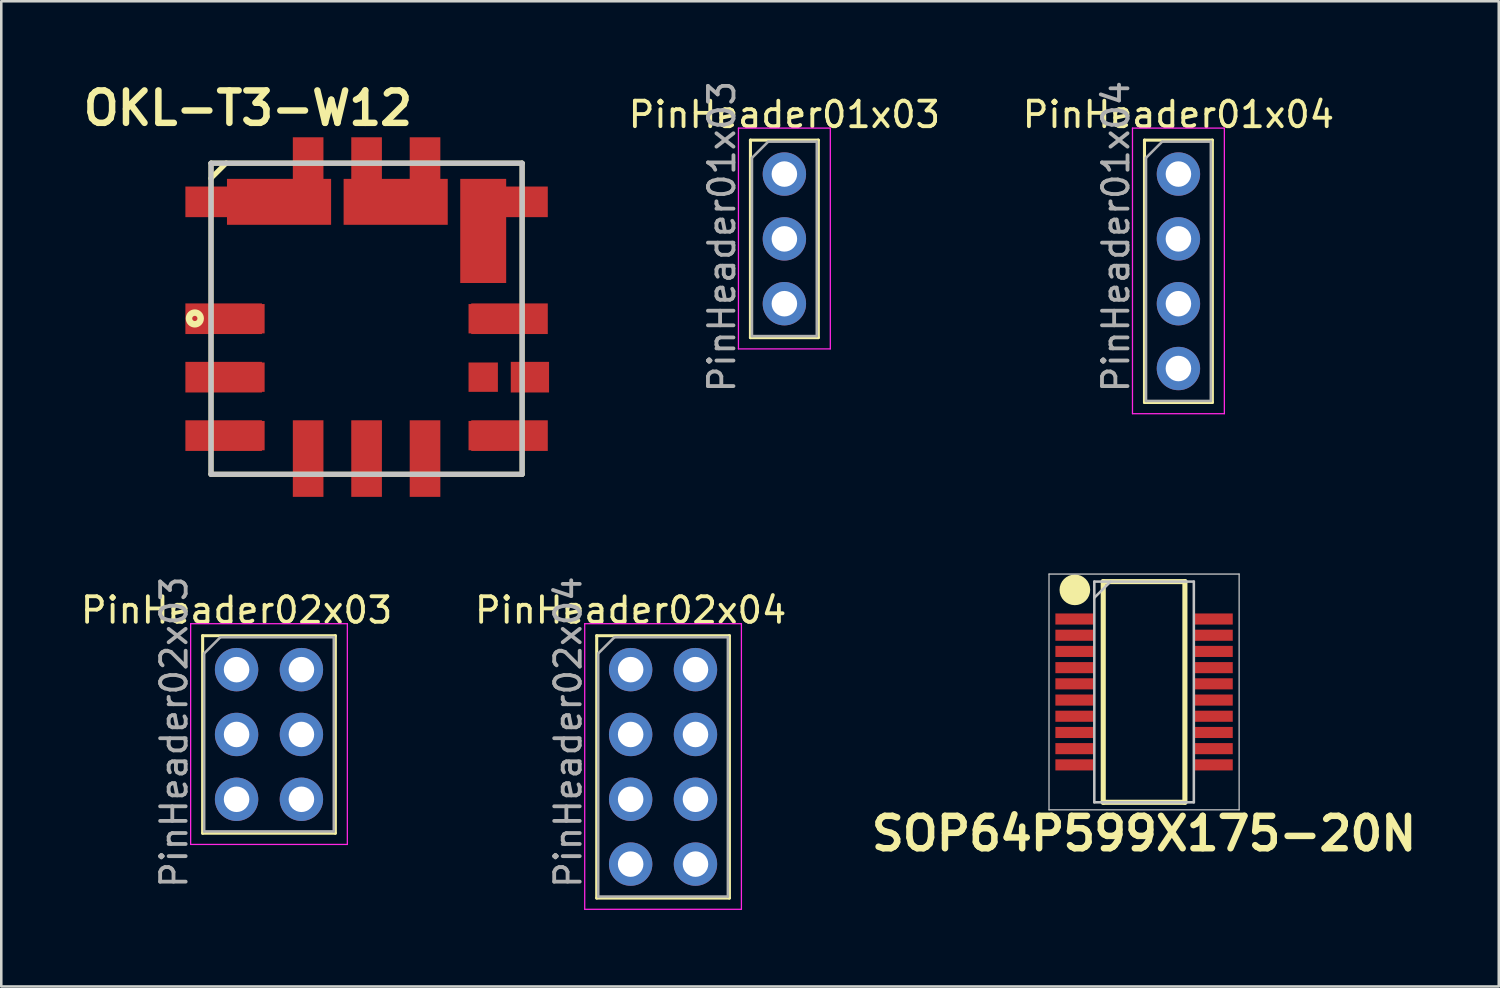
<source format=kicad_pcb>
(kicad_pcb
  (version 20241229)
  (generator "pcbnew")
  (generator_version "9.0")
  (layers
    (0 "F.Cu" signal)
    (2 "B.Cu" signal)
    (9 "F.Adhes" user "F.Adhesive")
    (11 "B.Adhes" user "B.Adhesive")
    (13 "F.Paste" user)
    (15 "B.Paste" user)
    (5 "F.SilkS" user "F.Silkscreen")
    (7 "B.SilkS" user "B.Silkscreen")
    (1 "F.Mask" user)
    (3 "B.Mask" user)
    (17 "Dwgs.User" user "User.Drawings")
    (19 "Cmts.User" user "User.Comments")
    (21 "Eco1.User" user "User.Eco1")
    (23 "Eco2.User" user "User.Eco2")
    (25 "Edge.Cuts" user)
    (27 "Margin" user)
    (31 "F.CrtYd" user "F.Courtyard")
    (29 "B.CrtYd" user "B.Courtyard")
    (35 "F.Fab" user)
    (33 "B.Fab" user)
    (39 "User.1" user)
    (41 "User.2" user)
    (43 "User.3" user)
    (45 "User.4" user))
  (footprint "PinHeader01x04"
    (layer "F.Cu")
    (at 43.125 3.77)
    (property "Reference" "PinHeader01x04" (at 0 -2.33 0) (layer "F.SilkS") (effects (font (size 1 1) (thickness 0.15))))
    (attr through_hole)
    (fp_line (start -1.33 -1.33) (end -1.33 8.95) (stroke (width 0.12) (type solid)) (layer "F.SilkS"))
    (fp_line (start -1.33 -1.33) (end 1.33 -1.33) (stroke (width 0.12) (type solid)) (layer "F.SilkS"))
    (fp_line (start -1.33 8.95) (end 1.33 8.95) (stroke (width 0.12) (type solid)) (layer "F.SilkS"))
    (fp_line (start 1.33 -1.33) (end 1.33 8.95) (stroke (width 0.12) (type solid)) (layer "F.SilkS"))
    (fp_line (start -1.8 -1.8) (end -1.8 9.39) (stroke (width 0.05) (type solid)) (layer "F.CrtYd"))
    (fp_line (start -1.8 9.39) (end 1.8 9.39) (stroke (width 0.05) (type solid)) (layer "F.CrtYd"))
    (fp_line (start 1.8 -1.8) (end -1.8 -1.8) (stroke (width 0.05) (type solid)) (layer "F.CrtYd"))
    (fp_line (start 1.8 9.39) (end 1.8 -1.8) (stroke (width 0.05) (type solid)) (layer "F.CrtYd"))
    (fp_line (start -1.27 -0.635) (end -0.635 -1.27) (stroke (width 0.1) (type solid)) (layer "F.Fab"))
    (fp_line (start -1.27 8.89) (end -1.27 -0.635) (stroke (width 0.1) (type solid)) (layer "F.Fab"))
    (fp_line (start -0.635 -1.27) (end 1.27 -1.27) (stroke (width 0.1) (type solid)) (layer "F.Fab"))
    (fp_line (start 1.27 -1.27) (end 1.27 8.89) (stroke (width 0.1) (type solid)) (layer "F.Fab"))
    (fp_line (start 1.27 8.89) (end -1.27 8.89) (stroke (width 0.1) (type solid)) (layer "F.Fab"))
    (fp_text user "${REFERENCE}" (at -2.45 2.45 90) (layer "F.Fab") (effects (font (size 1 1) (thickness 0.15))))
    (pad "1" thru_hole circle (at 0 0) (size 1.7 1.7) (drill 1) (layers "*.Cu" "*.Mask"))
    (pad "2" thru_hole oval (at 0 2.54) (size 1.7 1.7) (drill 1) (layers "*.Cu" "*.Mask"))
    (pad "3" thru_hole oval (at 0 5.08) (size 1.7 1.7) (drill 1) (layers "*.Cu" "*.Mask"))
    (pad "4" thru_hole oval (at 0 7.62) (size 1.7 1.7) (drill 1) (layers "*.Cu" "*.Mask")))
  (footprint "PinHeader02x04"
    (layer "F.Cu")
    (at 21.661 23.189)
    (property "Reference" "PinHeader02x04" (at 0 -2.33 0) (layer "F.SilkS") (effects (font (size 1 1) (thickness 0.15))))
    (attr through_hole)
    (fp_line (start -1.33 -1.33) (end -1.33 8.95) (stroke (width 0.12) (type solid)) (layer "F.SilkS"))
    (fp_line (start -1.33 -1.33) (end 3.87 -1.33) (stroke (width 0.12) (type solid)) (layer "F.SilkS"))
    (fp_line (start -1.33 8.95) (end 3.87 8.95) (stroke (width 0.12) (type solid)) (layer "F.SilkS"))
    (fp_line (start 3.87 -1.33) (end 3.87 8.95) (stroke (width 0.12) (type solid)) (layer "F.SilkS"))
    (fp_line (start -1.8 -1.8) (end -1.8 9.39) (stroke (width 0.05) (type solid)) (layer "F.CrtYd"))
    (fp_line (start -1.8 9.39) (end 4.34 9.39) (stroke (width 0.05) (type solid)) (layer "F.CrtYd"))
    (fp_line (start 4.34 -1.8) (end -1.8 -1.8) (stroke (width 0.05) (type solid)) (layer "F.CrtYd"))
    (fp_line (start 4.34 9.39) (end 4.34 -1.8) (stroke (width 0.05) (type solid)) (layer "F.CrtYd"))
    (fp_line (start -1.27 -0.635) (end -0.635 -1.27) (stroke (width 0.1) (type solid)) (layer "F.Fab"))
    (fp_line (start -1.27 8.89) (end -1.27 -0.635) (stroke (width 0.1) (type solid)) (layer "F.Fab"))
    (fp_line (start -0.635 -1.27) (end 3.81 -1.27) (stroke (width 0.1) (type solid)) (layer "F.Fab"))
    (fp_line (start 3.81 -1.27) (end 3.81 8.89) (stroke (width 0.1) (type solid)) (layer "F.Fab"))
    (fp_line (start 3.81 8.89) (end -1.27 8.89) (stroke (width 0.1) (type solid)) (layer "F.Fab"))
    (fp_text user "${REFERENCE}" (at -2.45 2.45 90) (layer "F.Fab") (effects (font (size 1 1) (thickness 0.15))))
    (pad "1" thru_hole circle (at 0 0) (size 1.7 1.7) (drill 1) (layers "*.Cu" "*.Mask"))
    (pad "2" thru_hole circle (at 2.54 0) (size 1.7 1.7) (drill 1) (layers "*.Cu" "*.Mask"))
    (pad "3" thru_hole oval (at 0 2.54) (size 1.7 1.7) (drill 1) (layers "*.Cu" "*.Mask"))
    (pad "4" thru_hole oval (at 2.54 2.54) (size 1.7 1.7) (drill 1) (layers "*.Cu" "*.Mask"))
    (pad "5" thru_hole oval (at 0 5.08) (size 1.7 1.7) (drill 1) (layers "*.Cu" "*.Mask"))
    (pad "6" thru_hole oval (at 2.54 5.08) (size 1.7 1.7) (drill 1) (layers "*.Cu" "*.Mask"))
    (pad "7" thru_hole oval (at 0 7.62) (size 1.7 1.7) (drill 1) (layers "*.Cu" "*.Mask"))
    (pad "8" thru_hole oval (at 2.54 7.62) (size 1.7 1.7) (drill 1) (layers "*.Cu" "*.Mask")))
  (footprint "PinHeader01x03"
    (layer "F.Cu")
    (at 27.685 3.77)
    (property "Reference" "PinHeader01x03" (at 0 -2.33 0) (layer "F.SilkS") (effects (font (size 1 1) (thickness 0.15))))
    (attr through_hole)
    (fp_line (start -1.33 -1.33) (end -1.33 6.41) (stroke (width 0.12) (type solid)) (layer "F.SilkS"))
    (fp_line (start -1.33 -1.33) (end 1.33 -1.33) (stroke (width 0.12) (type solid)) (layer "F.SilkS"))
    (fp_line (start -1.33 6.41) (end 1.33 6.41) (stroke (width 0.12) (type solid)) (layer "F.SilkS"))
    (fp_line (start 1.33 -1.33) (end 1.33 6.41) (stroke (width 0.12) (type solid)) (layer "F.SilkS"))
    (fp_line (start -1.8 -1.8) (end -1.8 6.85) (stroke (width 0.05) (type solid)) (layer "F.CrtYd"))
    (fp_line (start -1.8 6.85) (end 1.8 6.85) (stroke (width 0.05) (type solid)) (layer "F.CrtYd"))
    (fp_line (start 1.8 -1.8) (end -1.8 -1.8) (stroke (width 0.05) (type solid)) (layer "F.CrtYd"))
    (fp_line (start 1.8 6.85) (end 1.8 -1.8) (stroke (width 0.05) (type solid)) (layer "F.CrtYd"))
    (fp_line (start -1.27 -0.635) (end -0.635 -1.27) (stroke (width 0.1) (type solid)) (layer "F.Fab"))
    (fp_line (start -1.27 6.35) (end -1.27 -0.635) (stroke (width 0.1) (type solid)) (layer "F.Fab"))
    (fp_line (start -0.635 -1.27) (end 1.27 -1.27) (stroke (width 0.1) (type solid)) (layer "F.Fab"))
    (fp_line (start 1.27 -1.27) (end 1.27 6.35) (stroke (width 0.1) (type solid)) (layer "F.Fab"))
    (fp_line (start 1.27 6.35) (end -1.27 6.35) (stroke (width 0.1) (type solid)) (layer "F.Fab"))
    (fp_text user "${REFERENCE}" (at -2.45 2.45 90) (layer "F.Fab") (effects (font (size 1 1) (thickness 0.15))))
    (pad "1" thru_hole circle (at 0 0) (size 1.7 1.7) (drill 1) (layers "*.Cu" "*.Mask"))
    (pad "2" thru_hole oval (at 0 2.54) (size 1.7 1.7) (drill 1) (layers "*.Cu" "*.Mask"))
    (pad "3" thru_hole oval (at 0 5.08) (size 1.7 1.7) (drill 1) (layers "*.Cu" "*.Mask")))
  (footprint "OKL-T3-W12"
    (layer "F.Cu")
    (at 11.314 9.439)
    (property "Reference" "OKL-T3-W12" (at -4.65 -8.25 0) (layer "F.SilkS") (effects (font (size 1.27 1.27) (thickness 0.254))))
    (attr smd)
    (fp_line (start -6.095 -6.095) (end 6.095 -6.095) (stroke (width 0.2) (type solid)) (layer "F.SilkS"))
    (fp_line (start -6.095 6.095) (end -6.095 -6.095) (stroke (width 0.2) (type solid)) (layer "F.SilkS"))
    (fp_line (start -5.5 -6.1) (end -6.1 -5.5) (stroke (width 0.2) (type solid)) (layer "F.SilkS"))
    (fp_line (start 6.095 -6.095) (end 6.095 6.095) (stroke (width 0.2) (type solid)) (layer "F.SilkS"))
    (fp_line (start 6.095 6.095) (end -6.095 6.095) (stroke (width 0.2) (type solid)) (layer "F.SilkS"))
    (fp_circle (center -6.73 -0.011) (end -6.832 -0.011) (stroke (width 0.254) (type solid)) (fill no) (layer "F.SilkS"))
    (fp_line (start -6.095 -6.095) (end 6.095 -6.095) (stroke (width 0.2) (type solid)) (layer "Dwgs.User"))
    (fp_line (start -6.095 6.095) (end -6.095 -6.095) (stroke (width 0.2) (type solid)) (layer "Dwgs.User"))
    (fp_line (start 6.095 -6.095) (end 6.095 6.095) (stroke (width 0.2) (type solid)) (layer "Dwgs.User"))
    (fp_line (start 6.095 6.095) (end -6.095 6.095) (stroke (width 0.2) (type solid)) (layer "Dwgs.User"))
    (pad "1" smd rect (at -5.6 0) (size 3 1.2) (layers "F.Cu" "F.Mask" "F.Paste"))
    (pad "1" smd rect (at -4.57 0 90) (size 1.15 1.15) (layers "F.Cu" "F.Mask" "F.Paste"))
    (pad "2" smd rect (at -5.6 -4.58) (size 3 1.2) (layers "F.Cu" "F.Mask" "F.Paste"))
    (pad "2" smd rect (at -3.43 -4.58 90) (size 1.8 4.08) (layers "F.Cu" "F.Mask" "F.Paste"))
    (pad "2" smd rect (at -2.29 -5.61 90) (size 3 1.2) (layers "F.Cu" "F.Mask" "F.Paste"))
    (pad "3" smd rect (at 0 -5.61 90) (size 3 1.2) (layers "F.Cu" "F.Mask" "F.Paste"))
    (pad "3" smd rect (at 1.14 -4.58 90) (size 1.8 4.08) (layers "F.Cu" "F.Mask" "F.Paste"))
    (pad "3" smd rect (at 2.29 -5.61 90) (size 3 1.2) (layers "F.Cu" "F.Mask" "F.Paste"))
    (pad "4" smd rect (at 4.57 -3.44) (size 1.8 4.08) (layers "F.Cu" "F.Mask" "F.Paste"))
    (pad "4" smd rect (at 5.6 -4.58) (size 3 1.2) (layers "F.Cu" "F.Mask" "F.Paste"))
    (pad "5" smd rect (at 4.57 0 90) (size 1.15 1.15) (layers "F.Cu" "F.Mask" "F.Paste"))
    (pad "5" smd rect (at 5.6 0) (size 3 1.2) (layers "F.Cu" "F.Mask" "F.Paste"))
    (pad "6" smd rect (at 4.57 4.58 90) (size 1.15 1.15) (layers "F.Cu" "F.Mask" "F.Paste"))
    (pad "6" smd rect (at 5.6 4.58) (size 3 1.2) (layers "F.Cu" "F.Mask" "F.Paste"))
    (pad "7" smd rect (at 0 4.58 90) (size 1.15 1.15) (layers "F.Cu" "F.Mask" "F.Paste"))
    (pad "7" smd rect (at 0 5.48 90) (size 3 1.2) (layers "F.Cu" "F.Mask" "F.Paste"))
    (pad "8" smd rect (at -2.29 4.58 90) (size 1.15 1.15) (layers "F.Cu" "F.Mask" "F.Paste"))
    (pad "8" smd rect (at -2.29 5.48 90) (size 3 1.2) (layers "F.Cu" "F.Mask" "F.Paste"))
    (pad "9" smd rect (at -5.6 4.58) (size 3 1.2) (layers "F.Cu" "F.Mask" "F.Paste"))
    (pad "9" smd rect (at -4.57 4.58 90) (size 1.15 1.15) (layers "F.Cu" "F.Mask" "F.Paste"))
    (pad "10" smd rect (at -5.6 2.29) (size 3 1.2) (layers "F.Cu" "F.Mask" "F.Paste"))
    (pad "10" smd rect (at -4.57 2.29 90) (size 1.15 1.15) (layers "F.Cu" "F.Mask" "F.Paste"))
    (pad "11" smd rect (at 4.57 2.29 90) (size 1.15 1.15) (layers "F.Cu" "F.Mask" "F.Paste"))
    (pad "11" smd rect (at 6.4 2.29) (size 1.5 1.2) (layers "F.Cu" "F.Mask" "F.Paste"))
    (pad "12" smd rect (at 2.29 4.58 90) (size 1.15 1.15) (layers "F.Cu" "F.Mask" "F.Paste"))
    (pad "12" smd rect (at 2.29 5.48 90) (size 3 1.2) (layers "F.Cu" "F.Mask" "F.Paste")))
  (footprint "PinHeader02x03"
    (layer "F.Cu")
    (at 6.22 23.189)
    (property "Reference" "PinHeader02x03" (at 0 -2.33 0) (layer "F.SilkS") (effects (font (size 1 1) (thickness 0.15))))
    (attr through_hole)
    (fp_line (start -1.33 -1.33) (end -1.33 6.41) (stroke (width 0.12) (type solid)) (layer "F.SilkS"))
    (fp_line (start -1.33 -1.33) (end 3.87 -1.33) (stroke (width 0.12) (type solid)) (layer "F.SilkS"))
    (fp_line (start -1.33 6.41) (end 3.87 6.41) (stroke (width 0.12) (type solid)) (layer "F.SilkS"))
    (fp_line (start 3.87 -1.33) (end 3.87 6.41) (stroke (width 0.12) (type solid)) (layer "F.SilkS"))
    (fp_line (start -1.8 -1.8) (end -1.8 6.85) (stroke (width 0.05) (type solid)) (layer "F.CrtYd"))
    (fp_line (start -1.8 6.85) (end 4.34 6.85) (stroke (width 0.05) (type solid)) (layer "F.CrtYd"))
    (fp_line (start 4.34 -1.8) (end -1.8 -1.8) (stroke (width 0.05) (type solid)) (layer "F.CrtYd"))
    (fp_line (start 4.34 6.85) (end 4.34 -1.8) (stroke (width 0.05) (type solid)) (layer "F.CrtYd"))
    (fp_line (start -1.27 -0.635) (end -0.635 -1.27) (stroke (width 0.1) (type solid)) (layer "F.Fab"))
    (fp_line (start -1.27 6.34) (end -1.27 -0.635) (stroke (width 0.1) (type solid)) (layer "F.Fab"))
    (fp_line (start -0.635 -1.27) (end 3.81 -1.27) (stroke (width 0.1) (type solid)) (layer "F.Fab"))
    (fp_line (start 3.81 -1.27) (end 3.81 6.34) (stroke (width 0.1) (type solid)) (layer "F.Fab"))
    (fp_line (start 3.81 6.34) (end -1.27 6.34) (stroke (width 0.1) (type solid)) (layer "F.Fab"))
    (fp_text user "${REFERENCE}" (at -2.45 2.45 90) (layer "F.Fab") (effects (font (size 1 1) (thickness 0.15))))
    (pad "1" thru_hole circle (at 0 0) (size 1.7 1.7) (drill 1) (layers "*.Cu" "*.Mask"))
    (pad "2" thru_hole circle (at 2.54 0) (size 1.7 1.7) (drill 1) (layers "*.Cu" "*.Mask"))
    (pad "3" thru_hole oval (at 0 2.54) (size 1.7 1.7) (drill 1) (layers "*.Cu" "*.Mask"))
    (pad "4" thru_hole oval (at 2.54 2.54) (size 1.7 1.7) (drill 1) (layers "*.Cu" "*.Mask"))
    (pad "5" thru_hole oval (at 0 5.08) (size 1.7 1.7) (drill 1) (layers "*.Cu" "*.Mask"))
    (pad "6" thru_hole oval (at 2.54 5.08) (size 1.7 1.7) (drill 1) (layers "*.Cu" "*.Mask")))
  (footprint "SOP64P599X175-20N"
    (layer "F.Cu")
    (at 41.779 24.063)
    (property "Reference" "SOP64P599X175-20N" (at 0 5.55 0) (layer "F.SilkS") (effects (font (size 1.27 1.27) (thickness 0.254))))
    (attr smd)
    (fp_line (start -1.6 -4.324) (end 1.6 -4.324) (stroke (width 0.2) (type solid)) (layer "F.SilkS"))
    (fp_line (start -1.6 4.324) (end -1.6 -4.324) (stroke (width 0.2) (type solid)) (layer "F.SilkS"))
    (fp_line (start 1.6 -4.324) (end 1.6 4.324) (stroke (width 0.2) (type solid)) (layer "F.SilkS"))
    (fp_line (start 1.6 4.324) (end -1.6 4.324) (stroke (width 0.2) (type solid)) (layer "F.SilkS"))
    (fp_circle (center -2.712 -4) (end -2.412 -4) (stroke (width 0.6) (type solid)) (fill no) (layer "F.SilkS"))
    (fp_line (start -3.725 -4.619) (end 3.725 -4.619) (stroke (width 0.05) (type solid)) (layer "Dwgs.User"))
    (fp_line (start -3.725 4.619) (end -3.725 -4.619) (stroke (width 0.05) (type solid)) (layer "Dwgs.User"))
    (fp_line (start -1.95 -4.324) (end 1.95 -4.324) (stroke (width 0.1) (type solid)) (layer "Dwgs.User"))
    (fp_line (start -1.95 -3.69) (end -1.314 -4.324) (stroke (width 0.1) (type solid)) (layer "Dwgs.User"))
    (fp_line (start -1.95 4.324) (end -1.95 -4.324) (stroke (width 0.1) (type solid)) (layer "Dwgs.User"))
    (fp_line (start 1.95 -4.324) (end 1.95 4.324) (stroke (width 0.1) (type solid)) (layer "Dwgs.User"))
    (fp_line (start 1.95 4.324) (end -1.95 4.324) (stroke (width 0.1) (type solid)) (layer "Dwgs.User"))
    (fp_line (start 3.725 -4.619) (end 3.725 4.619) (stroke (width 0.05) (type solid)) (layer "Dwgs.User"))
    (fp_line (start 3.725 4.619) (end -3.725 4.619) (stroke (width 0.05) (type solid)) (layer "Dwgs.User"))
    (pad "1" smd rect (at -2.712 -2.858 90) (size 0.435 1.526) (layers "F.Cu" "F.Mask" "F.Paste"))
    (pad "2" smd rect (at -2.712 -2.222 90) (size 0.435 1.526) (layers "F.Cu" "F.Mask" "F.Paste"))
    (pad "3" smd rect (at -2.712 -1.588 90) (size 0.435 1.526) (layers "F.Cu" "F.Mask" "F.Paste"))
    (pad "4" smd rect (at -2.712 -0.952 90) (size 0.435 1.526) (layers "F.Cu" "F.Mask" "F.Paste"))
    (pad "5" smd rect (at -2.712 -0.318 90) (size 0.435 1.526) (layers "F.Cu" "F.Mask" "F.Paste"))
    (pad "6" smd rect (at -2.712 0.318 90) (size 0.435 1.526) (layers "F.Cu" "F.Mask" "F.Paste"))
    (pad "7" smd rect (at -2.712 0.952 90) (size 0.435 1.526) (layers "F.Cu" "F.Mask" "F.Paste"))
    (pad "8" smd rect (at -2.712 1.588 90) (size 0.435 1.526) (layers "F.Cu" "F.Mask" "F.Paste"))
    (pad "9" smd rect (at -2.712 2.222 90) (size 0.435 1.526) (layers "F.Cu" "F.Mask" "F.Paste"))
    (pad "10" smd rect (at -2.712 2.858 90) (size 0.435 1.526) (layers "F.Cu" "F.Mask" "F.Paste"))
    (pad "11" smd rect (at 2.712 2.858 90) (size 0.435 1.526) (layers "F.Cu" "F.Mask" "F.Paste"))
    (pad "12" smd rect (at 2.712 2.222 90) (size 0.435 1.526) (layers "F.Cu" "F.Mask" "F.Paste"))
    (pad "13" smd rect (at 2.712 1.588 90) (size 0.435 1.526) (layers "F.Cu" "F.Mask" "F.Paste"))
    (pad "14" smd rect (at 2.712 0.952 90) (size 0.435 1.526) (layers "F.Cu" "F.Mask" "F.Paste"))
    (pad "15" smd rect (at 2.712 0.318 90) (size 0.435 1.526) (layers "F.Cu" "F.Mask" "F.Paste"))
    (pad "16" smd rect (at 2.712 -0.318 90) (size 0.435 1.526) (layers "F.Cu" "F.Mask" "F.Paste"))
    (pad "17" smd rect (at 2.712 -0.952 90) (size 0.435 1.526) (layers "F.Cu" "F.Mask" "F.Paste"))
    (pad "18" smd rect (at 2.712 -1.588 90) (size 0.435 1.526) (layers "F.Cu" "F.Mask" "F.Paste"))
    (pad "19" smd rect (at 2.712 -2.222 90) (size 0.435 1.526) (layers "F.Cu" "F.Mask" "F.Paste"))
    (pad "20" smd rect (at 2.712 -2.858 90) (size 0.435 1.526) (layers "F.Cu" "F.Mask" "F.Paste")))
  (gr_rect
    (start -3 -3)
    (end 55.677 35.604)
    (stroke (width 0.1) (type default))
    (fill no)
    (layer "Edge.Cuts")))
</source>
